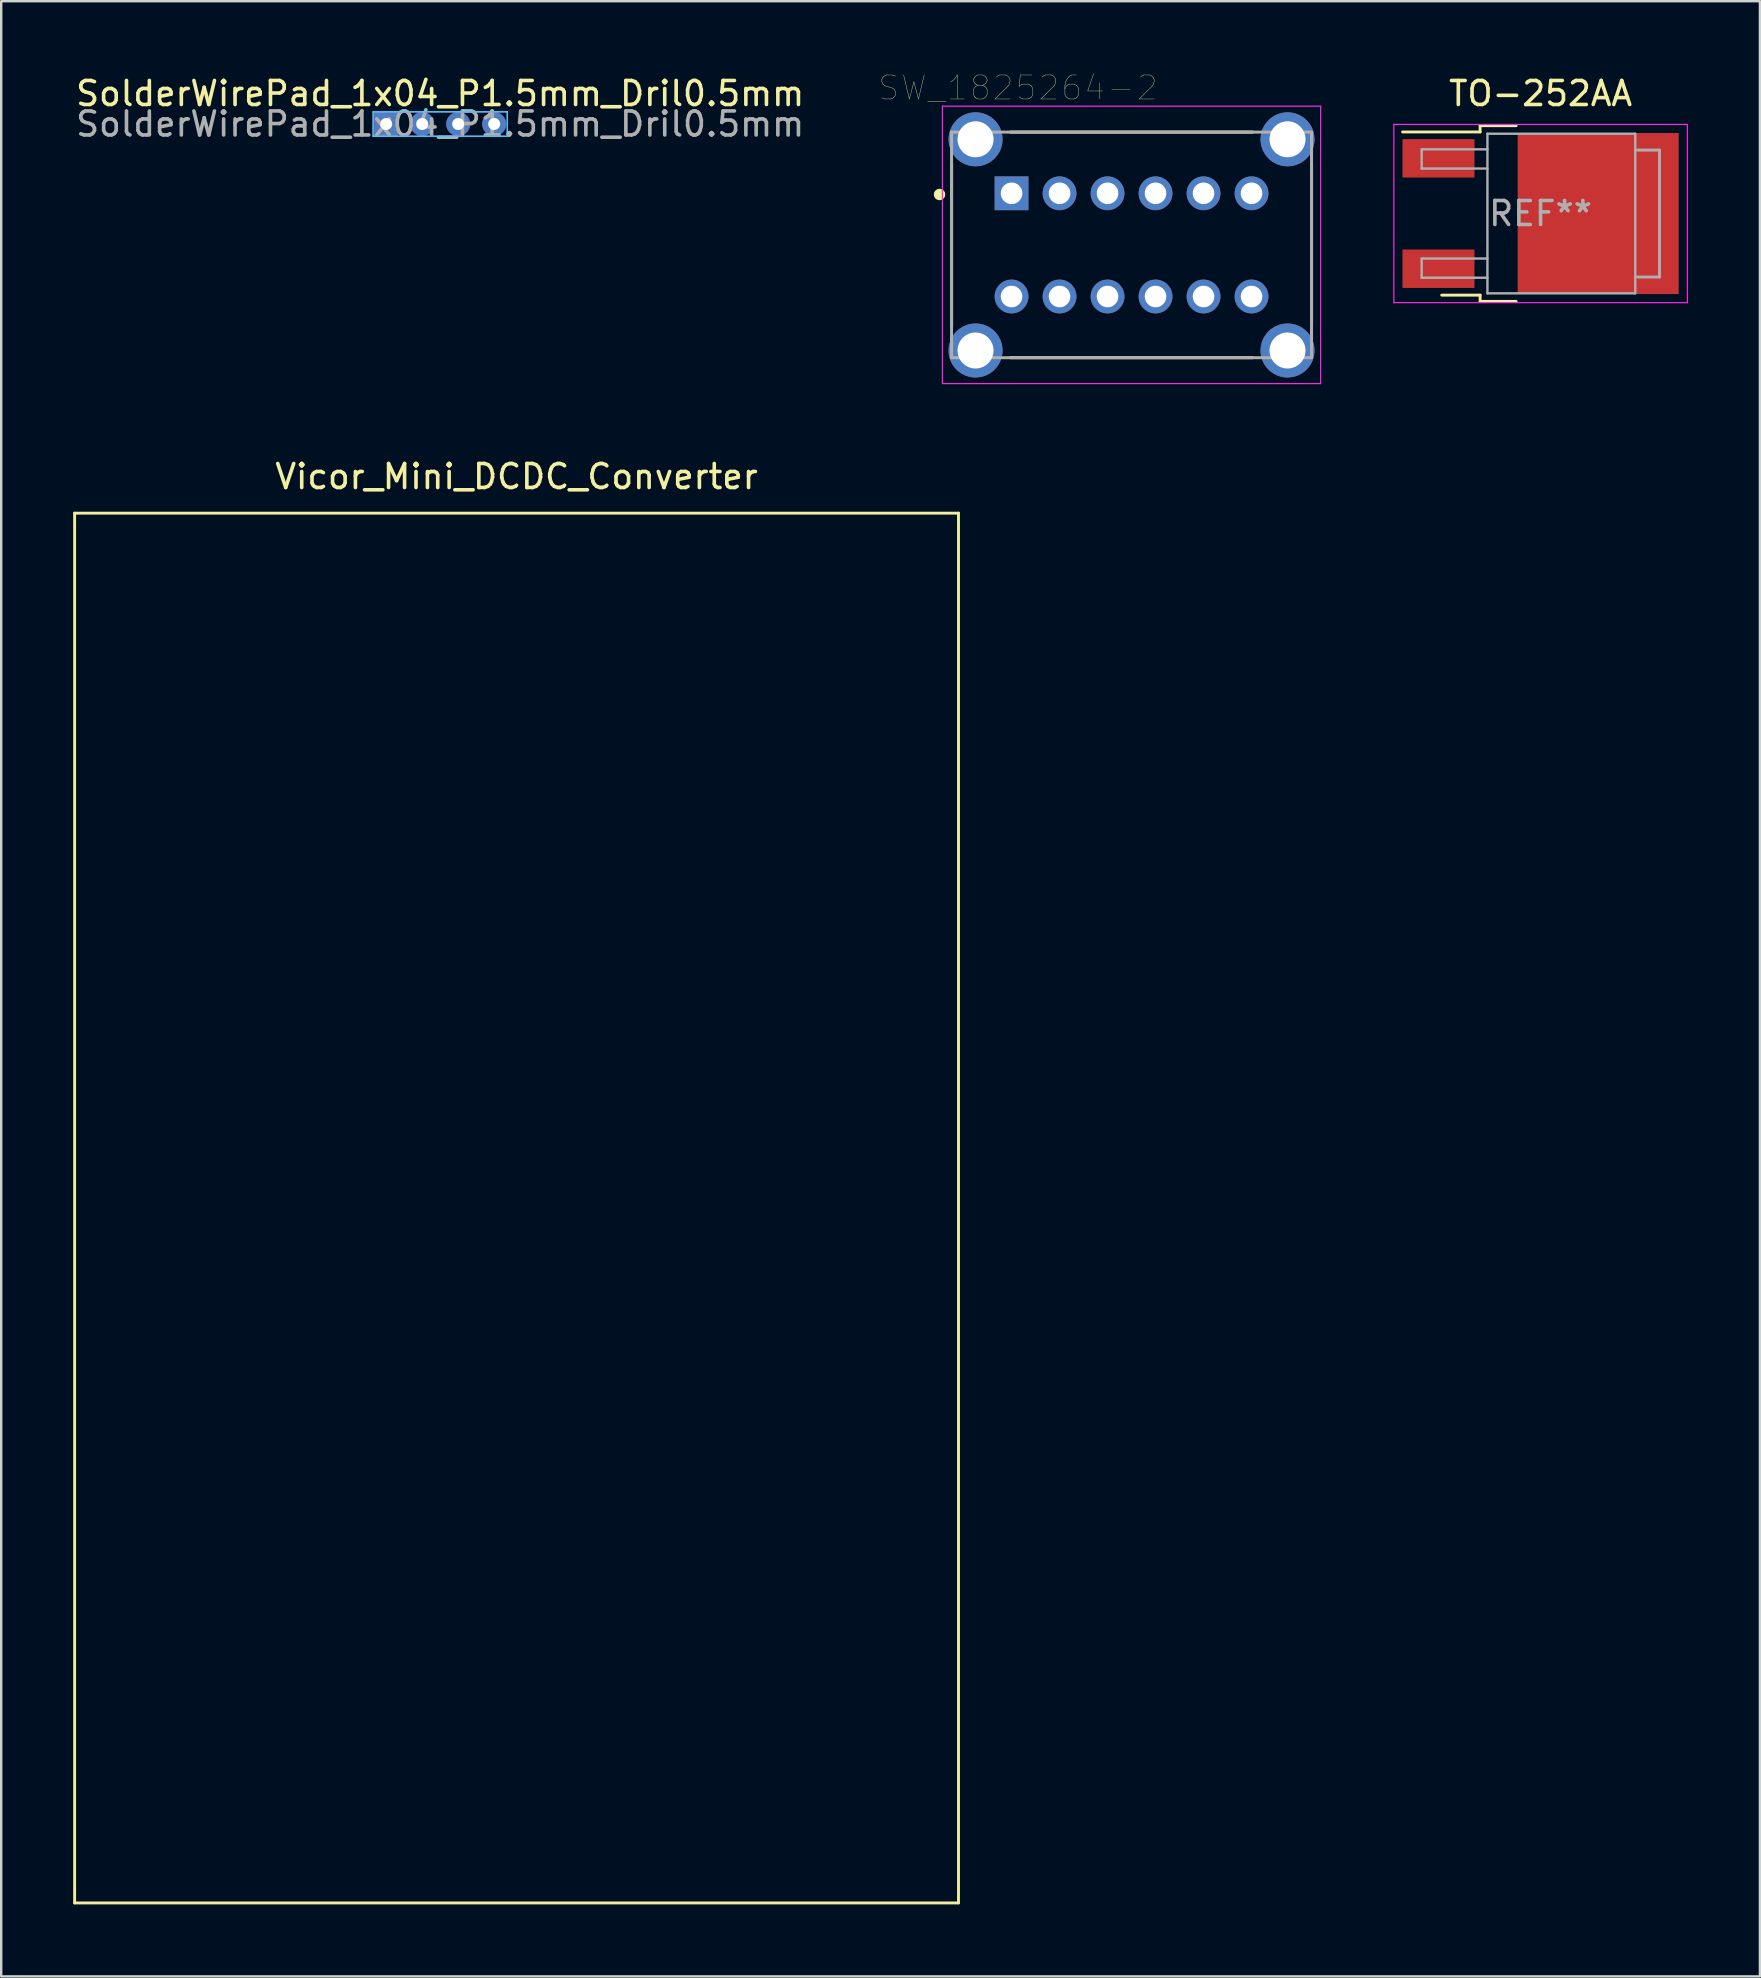
<source format=kicad_pcb>
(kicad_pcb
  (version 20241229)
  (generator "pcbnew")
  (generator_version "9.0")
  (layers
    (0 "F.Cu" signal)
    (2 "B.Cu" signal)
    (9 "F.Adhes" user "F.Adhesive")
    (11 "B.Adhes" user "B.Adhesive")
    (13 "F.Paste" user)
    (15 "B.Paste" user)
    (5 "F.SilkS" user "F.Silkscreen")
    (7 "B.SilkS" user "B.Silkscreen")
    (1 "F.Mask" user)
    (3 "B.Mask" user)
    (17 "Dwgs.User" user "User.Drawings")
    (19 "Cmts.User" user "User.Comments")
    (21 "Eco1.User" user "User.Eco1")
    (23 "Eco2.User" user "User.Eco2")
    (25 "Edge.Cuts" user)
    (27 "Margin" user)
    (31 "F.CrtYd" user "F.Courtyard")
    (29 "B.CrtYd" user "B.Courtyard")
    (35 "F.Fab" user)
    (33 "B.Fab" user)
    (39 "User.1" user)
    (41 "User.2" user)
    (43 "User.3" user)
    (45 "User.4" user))
  (footprint "SW_1825264-2"
    (layer "F.Cu")
    (at 44.101 7.155)
    (property "Reference" "SW_1825264-2" (at -4.731 -6.543 0) (layer "F.SilkS") (effects (font (size 1.001 1.001) (thickness 0.015))))
    (attr through_hole)
    (fp_line (start -7.5 -3.38) (end -7.5 3.38) (stroke (width 0.127) (type solid)) (layer "F.SilkS"))
    (fp_line (start -5.04 -4.7) (end 5.04 -4.7) (stroke (width 0.127) (type solid)) (layer "F.SilkS"))
    (fp_line (start -5.04 4.7) (end 5.04 4.7) (stroke (width 0.127) (type solid)) (layer "F.SilkS"))
    (fp_line (start 7.5 3.38) (end 7.5 -3.38) (stroke (width 0.127) (type solid)) (layer "F.SilkS"))
    (fp_circle (center -8 -2.1) (end -7.88 -2.1) (stroke (width 0.24) (type solid)) (fill no) (layer "F.SilkS"))
    (fp_line (start -7.88 -5.78) (end 7.88 -5.78) (stroke (width 0.05) (type solid)) (layer "F.CrtYd"))
    (fp_line (start -7.88 5.78) (end -7.88 -5.78) (stroke (width 0.05) (type solid)) (layer "F.CrtYd"))
    (fp_line (start 7.88 -5.78) (end 7.88 5.78) (stroke (width 0.05) (type solid)) (layer "F.CrtYd"))
    (fp_line (start 7.88 5.78) (end -7.88 5.78) (stroke (width 0.05) (type solid)) (layer "F.CrtYd"))
    (fp_line (start -7.5 -4.7) (end 7.5 -4.7) (stroke (width 0.127) (type solid)) (layer "F.Fab"))
    (fp_line (start -7.5 4.7) (end -7.5 -4.7) (stroke (width 0.127) (type solid)) (layer "F.Fab"))
    (fp_line (start 7.5 -4.7) (end 7.5 4.7) (stroke (width 0.127) (type solid)) (layer "F.Fab"))
    (fp_line (start 7.5 4.7) (end -7.5 4.7) (stroke (width 0.127) (type solid)) (layer "F.Fab"))
    (pad "1" thru_hole rect (at -5 -2.15) (size 1.408 1.408) (drill 0.9) (layers "*.Cu" "*.Mask"))
    (pad "2" thru_hole circle (at -3 -2.15) (size 1.408 1.408) (drill 0.9) (layers "*.Cu" "*.Mask"))
    (pad "3" thru_hole circle (at -1 -2.15) (size 1.408 1.408) (drill 0.9) (layers "*.Cu" "*.Mask"))
    (pad "4" thru_hole circle (at 1 -2.15) (size 1.408 1.408) (drill 0.9) (layers "*.Cu" "*.Mask"))
    (pad "5" thru_hole circle (at 3 -2.15) (size 1.408 1.408) (drill 0.9) (layers "*.Cu" "*.Mask"))
    (pad "6" thru_hole circle (at 5 -2.15) (size 1.408 1.408) (drill 0.9) (layers "*.Cu" "*.Mask"))
    (pad "7" thru_hole circle (at -5 2.15) (size 1.408 1.408) (drill 0.9) (layers "*.Cu" "*.Mask"))
    (pad "8" thru_hole circle (at -3 2.15) (size 1.408 1.408) (drill 0.9) (layers "*.Cu" "*.Mask"))
    (pad "9" thru_hole circle (at -1 2.15) (size 1.408 1.408) (drill 0.9) (layers "*.Cu" "*.Mask"))
    (pad "10" thru_hole circle (at 1 2.15) (size 1.408 1.408) (drill 0.9) (layers "*.Cu" "*.Mask"))
    (pad "11" thru_hole circle (at 3 2.15) (size 1.408 1.408) (drill 0.9) (layers "*.Cu" "*.Mask"))
    (pad "12" thru_hole circle (at 5 2.15) (size 1.408 1.408) (drill 0.9) (layers "*.Cu" "*.Mask"))
    (pad "S1" thru_hole circle (at -6.5 -4.4) (size 2.25 2.25) (drill 1.5) (layers "*.Cu" "*.Mask"))
    (pad "S2" thru_hole circle (at 6.5 -4.4) (size 2.25 2.25) (drill 1.5) (layers "*.Cu" "*.Mask"))
    (pad "S3" thru_hole circle (at -6.5 4.4) (size 2.25 2.25) (drill 1.5) (layers "*.Cu" "*.Mask"))
    (pad "S4" thru_hole circle (at 6.5 4.4) (size 2.25 2.25) (drill 1.5) (layers "*.Cu" "*.Mask")))
  (footprint "Vicor_Mini_DCDC_Converter"
    (layer "F.Cu")
    (at 18.475 47.289)
    (property "Reference" "Vicor_Mini_DCDC_Converter" (at 0 -30.48 0) (layer "F.SilkS") (effects (font (size 1 1) (thickness 0.15))))
    (attr through_hole)
    (fp_line (start -18.415 -28.956) (end -18.415 28.956) (stroke (width 0.12) (type solid)) (layer "F.SilkS"))
    (fp_line (start -18.415 -28.956) (end 18.415 -28.956) (stroke (width 0.12) (type solid)) (layer "F.SilkS"))
    (fp_line (start -18.415 28.956) (end 18.415 28.956) (stroke (width 0.12) (type solid)) (layer "F.SilkS"))
    (fp_line (start 18.415 28.956) (end 18.415 -28.956) (stroke (width 0.12) (type solid)) (layer "F.SilkS")))
  (footprint "SolderWirePad_1x04_P1.5mm_Dril0.5mm"
    (layer "F.Cu")
    (at 15.292 2.118)
    (property "Reference" "SolderWirePad_1x04_P1.5mm_Dril0.5mm" (at 0 -1.27 0) (layer "F.SilkS") (effects (font (size 1 1) (thickness 0.15))))
    (attr through_hole)
    (fp_line (start -2.794 -0.508) (end -2.794 0.508) (stroke (width 0.05) (type solid)) (layer "B.CrtYd"))
    (fp_line (start -2.794 0.508) (end 2.794 0.508) (stroke (width 0.05) (type solid)) (layer "B.CrtYd"))
    (fp_line (start 2.794 -0.508) (end -2.794 -0.508) (stroke (width 0.05) (type solid)) (layer "B.CrtYd"))
    (fp_line (start 2.794 0.508) (end 2.794 -0.508) (stroke (width 0.05) (type solid)) (layer "B.CrtYd"))
    (fp_line (start -2.794 -0.508) (end -2.794 0.508) (stroke (width 0.05) (type solid)) (layer "F.CrtYd"))
    (fp_line (start -2.794 0.508) (end 2.794 0.508) (stroke (width 0.05) (type solid)) (layer "F.CrtYd"))
    (fp_line (start 2.794 -0.508) (end -2.794 -0.508) (stroke (width 0.05) (type solid)) (layer "F.CrtYd"))
    (fp_line (start 2.794 0.508) (end 2.794 -0.508) (stroke (width 0.05) (type solid)) (layer "F.CrtYd"))
    (fp_text user "${REFERENCE}" (at 0 0 0) (layer "F.Fab") (effects (font (size 1 1) (thickness 0.15))))
    (pad "1" thru_hole rect (at -2.25 0) (size 1 1) (drill 0.5) (layers "*.Cu" "*.Mask"))
    (pad "2" thru_hole circle (at -0.75 0) (size 1 1) (drill 0.5) (layers "*.Cu" "*.Mask"))
    (pad "3" thru_hole circle (at 0.75 0) (size 1 1) (drill 0.5) (layers "*.Cu" "*.Mask"))
    (pad "4" thru_hole circle (at 2.25 0) (size 1 1) (drill 0.5) (layers "*.Cu" "*.Mask")))
  (footprint "TO-252AA"
    (layer "F.Cu")
    (at 61.146 5.848)
    (property "Reference" "TO-252AA" (at 0 -5 0) (layer "F.SilkS") (effects (font (size 1 1) (thickness 0.15))))
    (attr through_hole)
    (fp_line (start -5.75 -3.4) (end -2.52 -3.4) (stroke (width 0.12) (type solid)) (layer "F.SilkS"))
    (fp_line (start -4.12 3.4) (end -2.52 3.4) (stroke (width 0.12) (type solid)) (layer "F.SilkS"))
    (fp_line (start -2.52 -3.66) (end -1.02 -3.66) (stroke (width 0.12) (type solid)) (layer "F.SilkS"))
    (fp_line (start -2.52 -3.4) (end -2.52 -3.66) (stroke (width 0.12) (type solid)) (layer "F.SilkS"))
    (fp_line (start -2.52 3.4) (end -2.52 3.66) (stroke (width 0.12) (type solid)) (layer "F.SilkS"))
    (fp_line (start -2.52 3.66) (end -1.02 3.66) (stroke (width 0.12) (type solid)) (layer "F.SilkS"))
    (fp_line (start -6.115 -3.715) (end 6.115 -3.715) (stroke (width 0.05) (type solid)) (layer "F.CrtYd"))
    (fp_line (start -6.115 3.715) (end -6.115 -3.715) (stroke (width 0.05) (type solid)) (layer "F.CrtYd"))
    (fp_line (start 6.115 -3.715) (end 6.115 3.715) (stroke (width 0.05) (type solid)) (layer "F.CrtYd"))
    (fp_line (start 6.115 3.715) (end -6.115 3.715) (stroke (width 0.05) (type solid)) (layer "F.CrtYd"))
    (fp_line (start -4.955 -2.675) (end -4.955 -1.875) (stroke (width 0.1) (type solid)) (layer "F.Fab"))
    (fp_line (start -4.955 -2.675) (end -2.215 -2.675) (stroke (width 0.1) (type solid)) (layer "F.Fab"))
    (fp_line (start -4.955 -1.875) (end -2.215 -1.875) (stroke (width 0.1) (type solid)) (layer "F.Fab"))
    (fp_line (start -4.955 1.875) (end -4.955 2.675) (stroke (width 0.1) (type solid)) (layer "F.Fab"))
    (fp_line (start -4.955 1.875) (end -2.215 1.875) (stroke (width 0.1) (type solid)) (layer "F.Fab"))
    (fp_line (start -4.955 2.675) (end -2.215 2.675) (stroke (width 0.1) (type solid)) (layer "F.Fab"))
    (fp_line (start -2.215 -3.325) (end 3.945 -3.325) (stroke (width 0.1) (type solid)) (layer "F.Fab"))
    (fp_line (start -2.215 3.325) (end -2.215 -3.325) (stroke (width 0.1) (type solid)) (layer "F.Fab"))
    (fp_line (start -2.215 3.325) (end 3.945 3.325) (stroke (width 0.1) (type solid)) (layer "F.Fab"))
    (fp_line (start 3.945 3.325) (end 3.945 -3.325) (stroke (width 0.1) (type solid)) (layer "F.Fab"))
    (fp_line (start 4.955 -2.645) (end 3.945 -2.645) (stroke (width 0.12) (type solid)) (layer "F.Fab"))
    (fp_line (start 4.955 -2.645) (end 4.955 2.645) (stroke (width 0.12) (type solid)) (layer "F.Fab"))
    (fp_line (start 4.955 2.645) (end 3.945 2.645) (stroke (width 0.12) (type solid)) (layer "F.Fab"))
    (fp_text user "REF**" (at 0 0 0) (layer "F.Fab") (effects (font (size 1 1) (thickness 0.15))))
    (pad "1" smd rect (at -4.255 -2.3) (size 3 1.6) (layers "F.Cu" "F.Mask" "F.Paste"))
    (pad "2" smd rect (at 2.4 0) (size 6.71 6.71) (layers "F.Cu" "F.Mask" "F.Paste"))
    (pad "3" smd rect (at -4.255 2.3) (size 3 1.6) (layers "F.Cu" "F.Mask" "F.Paste")))
  (gr_rect
    (start -3 -3)
    (end 70.286 79.305)
    (stroke (width 0.1) (type default))
    (fill no)
    (layer "Edge.Cuts")))
</source>
